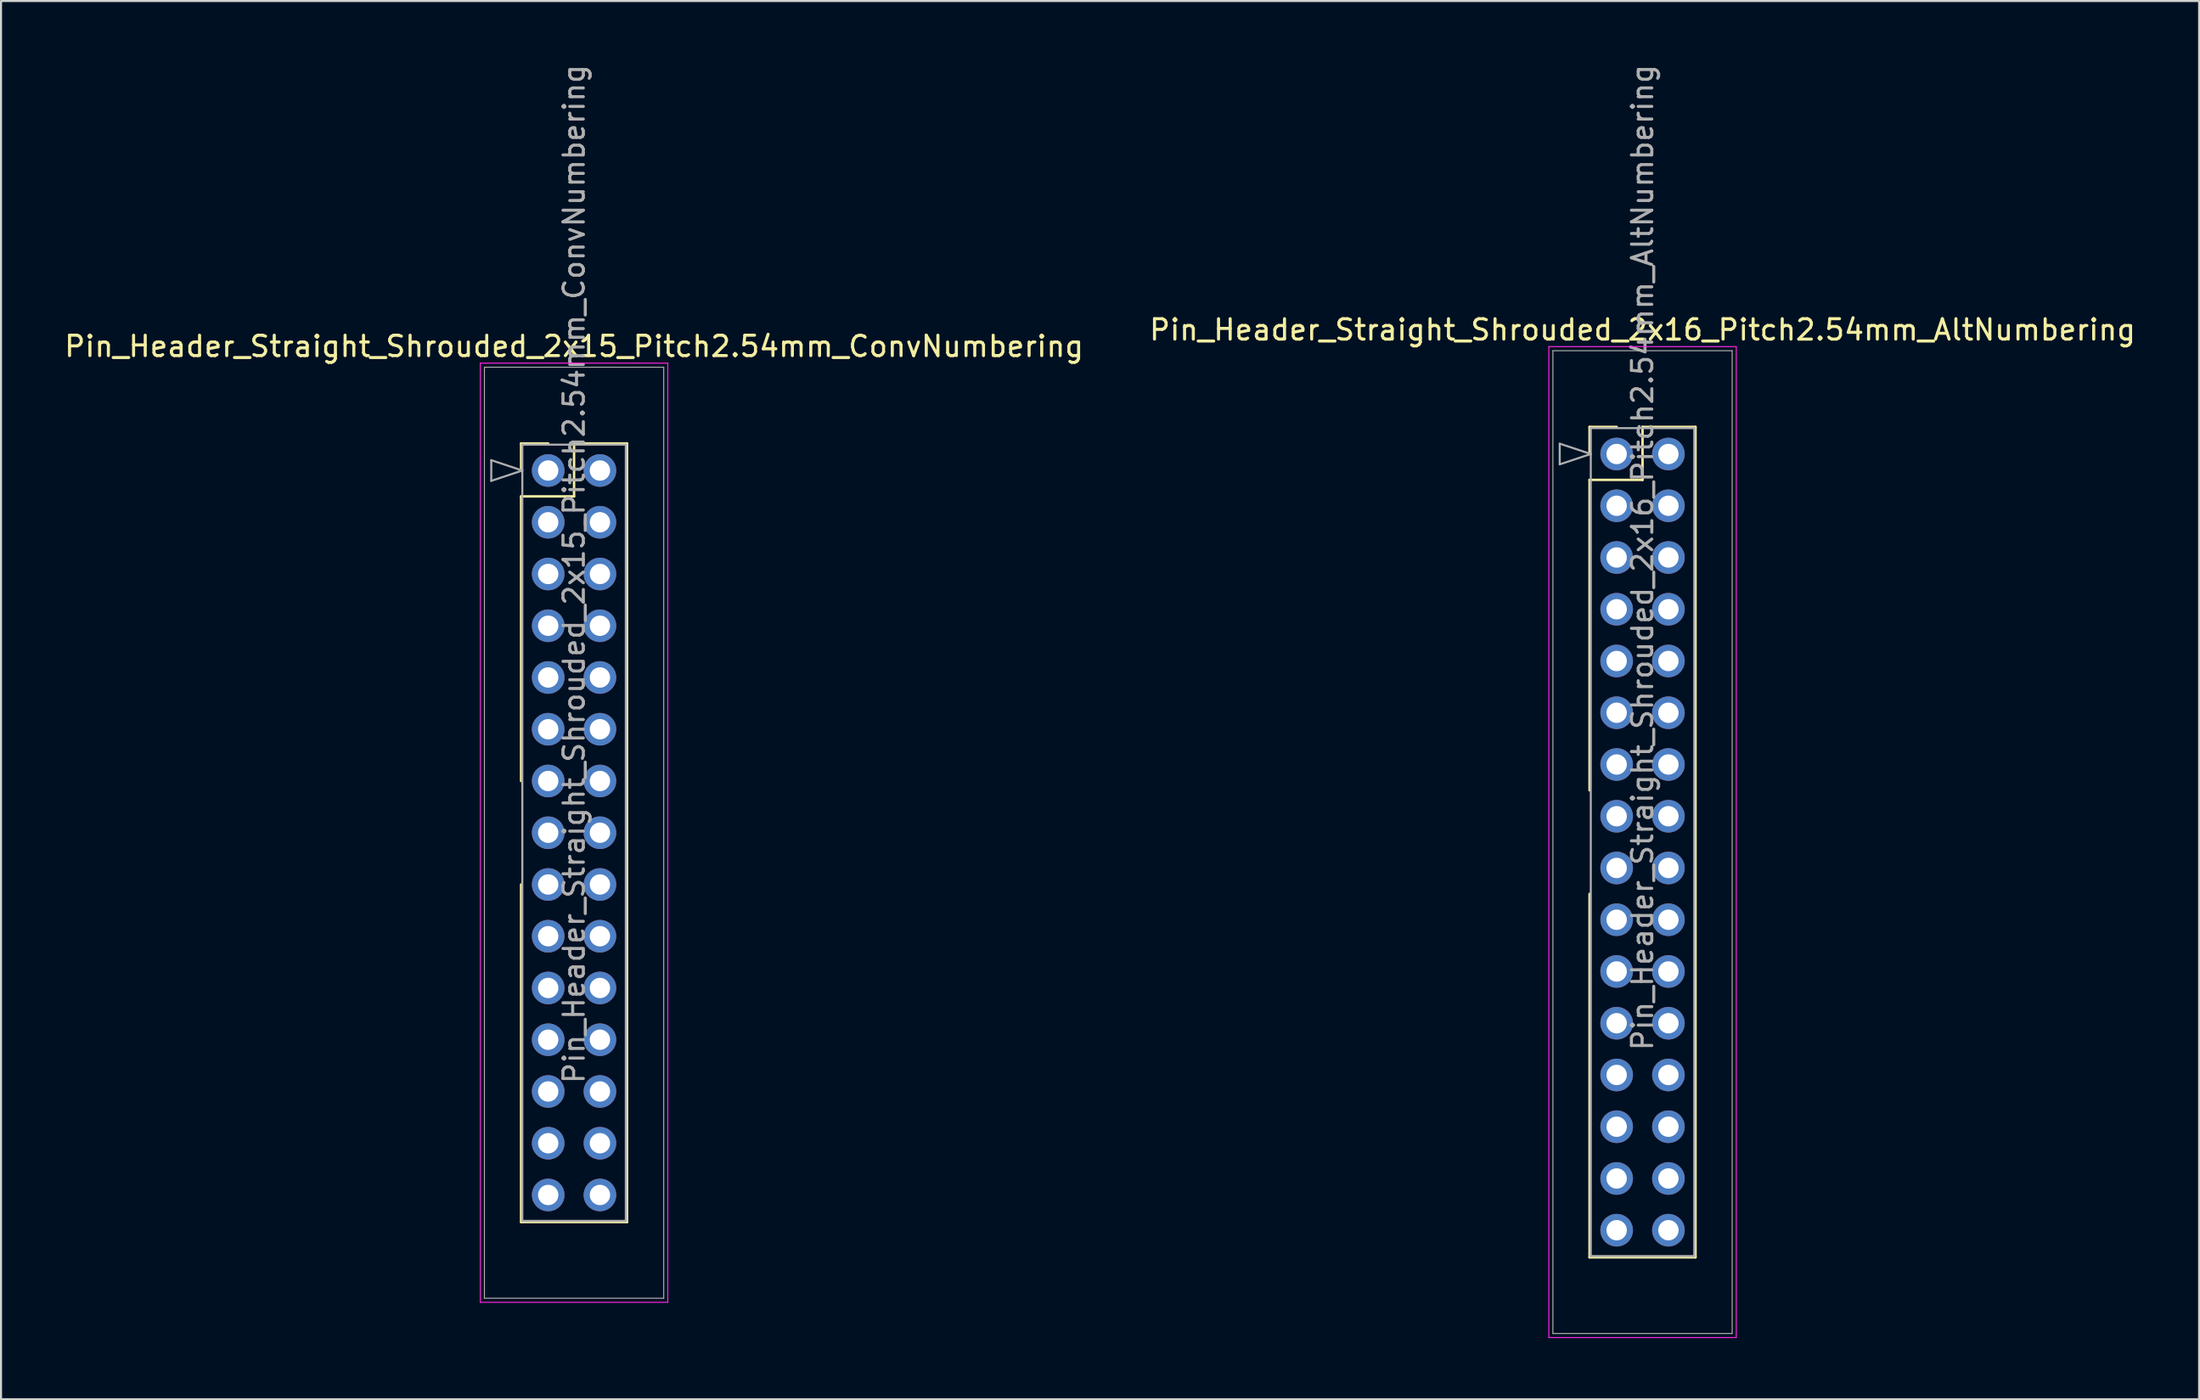
<source format=kicad_pcb>
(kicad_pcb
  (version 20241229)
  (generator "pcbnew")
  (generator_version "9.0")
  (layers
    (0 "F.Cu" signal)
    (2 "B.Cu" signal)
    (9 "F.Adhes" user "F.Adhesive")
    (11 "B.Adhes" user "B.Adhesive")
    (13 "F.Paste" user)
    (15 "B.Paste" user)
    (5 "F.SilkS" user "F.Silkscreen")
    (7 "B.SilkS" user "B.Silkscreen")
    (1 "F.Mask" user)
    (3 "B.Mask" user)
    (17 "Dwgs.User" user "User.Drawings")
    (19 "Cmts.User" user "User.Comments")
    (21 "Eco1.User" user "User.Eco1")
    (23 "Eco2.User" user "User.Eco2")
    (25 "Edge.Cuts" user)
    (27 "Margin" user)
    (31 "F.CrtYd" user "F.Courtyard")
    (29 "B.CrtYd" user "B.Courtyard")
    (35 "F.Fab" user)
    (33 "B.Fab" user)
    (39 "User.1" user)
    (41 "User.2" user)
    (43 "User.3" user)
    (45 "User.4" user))
  (footprint "Pin_Header_Straight_Shrouded_2x16_Pitch2.54mm_AltNumbering"
    (layer "F.Cu")
    (at 76.295 19.235)
    (property "Reference" "Pin_Header_Straight_Shrouded_2x16_Pitch2.54mm_AltNumbering" (at 1.27 -6.096 0) (layer "F.SilkS") (effects (font (size 1 1) (thickness 0.15))))
    (attr through_hole)
    (fp_line (start -1.33 -1.33) (end 0 -1.33) (stroke (width 0.12) (type solid)) (layer "F.SilkS"))
    (fp_line (start -1.33 0) (end -1.33 -1.33) (stroke (width 0.12) (type solid)) (layer "F.SilkS"))
    (fp_line (start -1.33 1.27) (end -1.33 16.51) (stroke (width 0.12) (type solid)) (layer "F.SilkS"))
    (fp_line (start -1.33 1.27) (end 1.27 1.27) (stroke (width 0.12) (type solid)) (layer "F.SilkS"))
    (fp_line (start -1.33 21.59) (end -1.33 39.43) (stroke (width 0.12) (type solid)) (layer "F.SilkS"))
    (fp_line (start -1.33 39.43) (end 3.87 39.43) (stroke (width 0.12) (type solid)) (layer "F.SilkS"))
    (fp_line (start 1.27 -1.33) (end 3.87 -1.33) (stroke (width 0.12) (type solid)) (layer "F.SilkS"))
    (fp_line (start 1.27 1.27) (end 1.27 -1.33) (stroke (width 0.12) (type solid)) (layer "F.SilkS"))
    (fp_line (start 3.87 -1.33) (end 3.87 39.43) (stroke (width 0.12) (type solid)) (layer "F.SilkS"))
    (fp_line (start -3.33 -5.27) (end -3.33 43.37) (stroke (width 0.05) (type solid)) (layer "F.CrtYd"))
    (fp_line (start -3.33 43.37) (end 5.87 43.37) (stroke (width 0.05) (type solid)) (layer "F.CrtYd"))
    (fp_line (start 5.87 -5.27) (end -3.33 -5.27) (stroke (width 0.05) (type solid)) (layer "F.CrtYd"))
    (fp_line (start 5.87 43.37) (end 5.87 -5.27) (stroke (width 0.05) (type solid)) (layer "F.CrtYd"))
    (fp_line (start -3.13 -5.07) (end -3.13 43.17) (stroke (width 0.05) (type solid)) (layer "F.Fab"))
    (fp_line (start -3.13 43.17) (end 5.67 43.17) (stroke (width 0.05) (type solid)) (layer "F.Fab"))
    (fp_line (start -2.794 -0.508) (end -1.27 0) (stroke (width 0.1) (type solid)) (layer "F.Fab"))
    (fp_line (start -2.794 0.508) (end -2.794 -0.508) (stroke (width 0.1) (type solid)) (layer "F.Fab"))
    (fp_line (start -1.27 -1.27) (end -1.27 39.37) (stroke (width 0.1) (type solid)) (layer "F.Fab"))
    (fp_line (start -1.27 0) (end -2.794 0.508) (stroke (width 0.1) (type solid)) (layer "F.Fab"))
    (fp_line (start -1.27 39.37) (end 3.81 39.37) (stroke (width 0.1) (type solid)) (layer "F.Fab"))
    (fp_line (start 3.81 -1.27) (end -1.27 -1.27) (stroke (width 0.1) (type solid)) (layer "F.Fab"))
    (fp_line (start 3.81 39.37) (end 3.81 -1.27) (stroke (width 0.1) (type solid)) (layer "F.Fab"))
    (fp_line (start 5.67 -5.07) (end -3.13 -5.07) (stroke (width 0.05) (type solid)) (layer "F.Fab"))
    (fp_line (start 5.67 43.17) (end 5.67 -5.07) (stroke (width 0.05) (type solid)) (layer "F.Fab"))
    (fp_text user "${REFERENCE}" (at 1.27 5.08 90) (layer "F.Fab") (effects (font (size 1 1) (thickness 0.15))))
    (pad "1" thru_hole oval (at 0 0) (size 1.6 1.6) (drill 1) (layers "*.Cu" "*.Mask"))
    (pad "2" thru_hole oval (at 0 2.54) (size 1.6 1.6) (drill 1) (layers "*.Cu" "*.Mask"))
    (pad "3" thru_hole oval (at 0 5.08) (size 1.6 1.6) (drill 1) (layers "*.Cu" "*.Mask"))
    (pad "4" thru_hole oval (at 0 7.62) (size 1.6 1.6) (drill 1) (layers "*.Cu" "*.Mask"))
    (pad "5" thru_hole oval (at 0 10.16) (size 1.6 1.6) (drill 1) (layers "*.Cu" "*.Mask"))
    (pad "6" thru_hole oval (at 0 12.7) (size 1.6 1.6) (drill 1) (layers "*.Cu" "*.Mask"))
    (pad "7" thru_hole oval (at 0 15.24) (size 1.6 1.6) (drill 1) (layers "*.Cu" "*.Mask"))
    (pad "8" thru_hole oval (at 0 17.78) (size 1.6 1.6) (drill 1) (layers "*.Cu" "*.Mask"))
    (pad "9" thru_hole oval (at 0 20.32) (size 1.6 1.6) (drill 1) (layers "*.Cu" "*.Mask"))
    (pad "10" thru_hole oval (at 0 22.86) (size 1.6 1.6) (drill 1) (layers "*.Cu" "*.Mask"))
    (pad "11" thru_hole oval (at 0 25.4) (size 1.6 1.6) (drill 1) (layers "*.Cu" "*.Mask"))
    (pad "12" thru_hole oval (at 0 27.94) (size 1.6 1.6) (drill 1) (layers "*.Cu" "*.Mask"))
    (pad "13" thru_hole oval (at 0 30.48) (size 1.6 1.6) (drill 1) (layers "*.Cu" "*.Mask"))
    (pad "14" thru_hole oval (at 0 33.02) (size 1.6 1.6) (drill 1) (layers "*.Cu" "*.Mask"))
    (pad "15" thru_hole oval (at 0 35.56) (size 1.6 1.6) (drill 1) (layers "*.Cu" "*.Mask"))
    (pad "16" thru_hole oval (at 0 38.1) (size 1.6 1.6) (drill 1) (layers "*.Cu" "*.Mask"))
    (pad "17" thru_hole oval (at 2.54 0) (size 1.6 1.6) (drill 1) (layers "*.Cu" "*.Mask"))
    (pad "18" thru_hole oval (at 2.54 2.54) (size 1.6 1.6) (drill 1) (layers "*.Cu" "*.Mask"))
    (pad "19" thru_hole oval (at 2.54 5.08) (size 1.6 1.6) (drill 1) (layers "*.Cu" "*.Mask"))
    (pad "20" thru_hole oval (at 2.54 7.62) (size 1.6 1.6) (drill 1) (layers "*.Cu" "*.Mask"))
    (pad "21" thru_hole oval (at 2.54 10.16) (size 1.6 1.6) (drill 1) (layers "*.Cu" "*.Mask"))
    (pad "22" thru_hole oval (at 2.54 12.7) (size 1.6 1.6) (drill 1) (layers "*.Cu" "*.Mask"))
    (pad "23" thru_hole oval (at 2.54 15.24) (size 1.6 1.6) (drill 1) (layers "*.Cu" "*.Mask"))
    (pad "24" thru_hole oval (at 2.54 17.78) (size 1.6 1.6) (drill 1) (layers "*.Cu" "*.Mask"))
    (pad "25" thru_hole oval (at 2.54 20.32) (size 1.6 1.6) (drill 1) (layers "*.Cu" "*.Mask"))
    (pad "26" thru_hole oval (at 2.54 22.86) (size 1.6 1.6) (drill 1) (layers "*.Cu" "*.Mask"))
    (pad "27" thru_hole oval (at 2.54 25.4) (size 1.6 1.6) (drill 1) (layers "*.Cu" "*.Mask"))
    (pad "28" thru_hole oval (at 2.54 27.94) (size 1.6 1.6) (drill 1) (layers "*.Cu" "*.Mask"))
    (pad "29" thru_hole oval (at 2.54 30.48) (size 1.6 1.6) (drill 1) (layers "*.Cu" "*.Mask"))
    (pad "30" thru_hole oval (at 2.54 33.02) (size 1.6 1.6) (drill 1) (layers "*.Cu" "*.Mask"))
    (pad "31" thru_hole oval (at 2.54 35.56) (size 1.6 1.6) (drill 1) (layers "*.Cu" "*.Mask"))
    (pad "32" thru_hole oval (at 2.54 38.1) (size 1.6 1.6) (drill 1) (layers "*.Cu" "*.Mask")))
  (footprint "Pin_Header_Straight_Shrouded_2x15_Pitch2.54mm_ConvNumbering"
    (layer "F.Cu")
    (at 23.855 20.045)
    (property "Reference" "Pin_Header_Straight_Shrouded_2x15_Pitch2.54mm_ConvNumbering" (at 1.27 -6.096 0) (layer "F.SilkS") (effects (font (size 1 1) (thickness 0.15))))
    (attr through_hole)
    (fp_line (start -1.33 -1.33) (end 0 -1.33) (stroke (width 0.12) (type solid)) (layer "F.SilkS"))
    (fp_line (start -1.33 0) (end -1.33 -1.33) (stroke (width 0.12) (type solid)) (layer "F.SilkS"))
    (fp_line (start -1.33 1.27) (end -1.33 15.24) (stroke (width 0.12) (type solid)) (layer "F.SilkS"))
    (fp_line (start -1.33 1.27) (end 1.27 1.27) (stroke (width 0.12) (type solid)) (layer "F.SilkS"))
    (fp_line (start -1.33 20.32) (end -1.33 36.89) (stroke (width 0.12) (type solid)) (layer "F.SilkS"))
    (fp_line (start -1.33 36.89) (end 3.87 36.89) (stroke (width 0.12) (type solid)) (layer "F.SilkS"))
    (fp_line (start 1.27 -1.33) (end 3.87 -1.33) (stroke (width 0.12) (type solid)) (layer "F.SilkS"))
    (fp_line (start 1.27 1.27) (end 1.27 -1.33) (stroke (width 0.12) (type solid)) (layer "F.SilkS"))
    (fp_line (start 3.87 -1.33) (end 3.87 36.89) (stroke (width 0.12) (type solid)) (layer "F.SilkS"))
    (fp_line (start -3.33 -5.27) (end -3.33 40.83) (stroke (width 0.05) (type solid)) (layer "F.CrtYd"))
    (fp_line (start -3.33 40.83) (end 5.87 40.83) (stroke (width 0.05) (type solid)) (layer "F.CrtYd"))
    (fp_line (start 5.87 -5.27) (end -3.33 -5.27) (stroke (width 0.05) (type solid)) (layer "F.CrtYd"))
    (fp_line (start 5.87 40.83) (end 5.87 -5.27) (stroke (width 0.05) (type solid)) (layer "F.CrtYd"))
    (fp_line (start -3.13 -5.07) (end -3.13 40.63) (stroke (width 0.05) (type solid)) (layer "F.Fab"))
    (fp_line (start -3.13 40.63) (end 5.67 40.63) (stroke (width 0.05) (type solid)) (layer "F.Fab"))
    (fp_line (start -2.794 -0.508) (end -1.27 0) (stroke (width 0.1) (type solid)) (layer "F.Fab"))
    (fp_line (start -2.794 0.508) (end -2.794 -0.508) (stroke (width 0.1) (type solid)) (layer "F.Fab"))
    (fp_line (start -1.27 -1.27) (end -1.27 36.83) (stroke (width 0.1) (type solid)) (layer "F.Fab"))
    (fp_line (start -1.27 0) (end -2.794 0.508) (stroke (width 0.1) (type solid)) (layer "F.Fab"))
    (fp_line (start -1.27 36.83) (end 3.81 36.83) (stroke (width 0.1) (type solid)) (layer "F.Fab"))
    (fp_line (start 3.81 -1.27) (end -1.27 -1.27) (stroke (width 0.1) (type solid)) (layer "F.Fab"))
    (fp_line (start 3.81 36.83) (end 3.81 -1.27) (stroke (width 0.1) (type solid)) (layer "F.Fab"))
    (fp_line (start 5.67 -5.07) (end -3.13 -5.07) (stroke (width 0.05) (type solid)) (layer "F.Fab"))
    (fp_line (start 5.67 40.63) (end 5.67 -5.07) (stroke (width 0.05) (type solid)) (layer "F.Fab"))
    (fp_text user "${REFERENCE}" (at 1.27 5.08 90) (layer "F.Fab") (effects (font (size 1 1) (thickness 0.15))))
    (pad "1" thru_hole oval (at 0 0) (size 1.6 1.6) (drill 1) (layers "*.Cu" "*.Mask"))
    (pad "2" thru_hole oval (at 2.54 0) (size 1.6 1.6) (drill 1) (layers "*.Cu" "*.Mask"))
    (pad "3" thru_hole oval (at 0 2.54) (size 1.6 1.6) (drill 1) (layers "*.Cu" "*.Mask"))
    (pad "4" thru_hole oval (at 2.54 2.54) (size 1.6 1.6) (drill 1) (layers "*.Cu" "*.Mask"))
    (pad "5" thru_hole oval (at 0 5.08) (size 1.6 1.6) (drill 1) (layers "*.Cu" "*.Mask"))
    (pad "6" thru_hole oval (at 2.54 5.08) (size 1.6 1.6) (drill 1) (layers "*.Cu" "*.Mask"))
    (pad "7" thru_hole oval (at 0 7.62) (size 1.6 1.6) (drill 1) (layers "*.Cu" "*.Mask"))
    (pad "8" thru_hole oval (at 2.54 7.62) (size 1.6 1.6) (drill 1) (layers "*.Cu" "*.Mask"))
    (pad "9" thru_hole oval (at 0 10.16) (size 1.6 1.6) (drill 1) (layers "*.Cu" "*.Mask"))
    (pad "10" thru_hole oval (at 2.54 10.16) (size 1.6 1.6) (drill 1) (layers "*.Cu" "*.Mask"))
    (pad "11" thru_hole oval (at 0 12.7) (size 1.6 1.6) (drill 1) (layers "*.Cu" "*.Mask"))
    (pad "12" thru_hole oval (at 2.54 12.7) (size 1.6 1.6) (drill 1) (layers "*.Cu" "*.Mask"))
    (pad "13" thru_hole oval (at 0 15.24) (size 1.6 1.6) (drill 1) (layers "*.Cu" "*.Mask"))
    (pad "14" thru_hole oval (at 2.54 15.24) (size 1.6 1.6) (drill 1) (layers "*.Cu" "*.Mask"))
    (pad "15" thru_hole oval (at 0 17.78) (size 1.6 1.6) (drill 1) (layers "*.Cu" "*.Mask"))
    (pad "16" thru_hole oval (at 2.54 17.78) (size 1.6 1.6) (drill 1) (layers "*.Cu" "*.Mask"))
    (pad "17" thru_hole oval (at 0 20.32) (size 1.6 1.6) (drill 1) (layers "*.Cu" "*.Mask"))
    (pad "18" thru_hole oval (at 2.54 20.32) (size 1.6 1.6) (drill 1) (layers "*.Cu" "*.Mask"))
    (pad "19" thru_hole oval (at 0 22.86) (size 1.6 1.6) (drill 1) (layers "*.Cu" "*.Mask"))
    (pad "20" thru_hole oval (at 2.54 22.86) (size 1.6 1.6) (drill 1) (layers "*.Cu" "*.Mask"))
    (pad "21" thru_hole oval (at 0 25.4) (size 1.6 1.6) (drill 1) (layers "*.Cu" "*.Mask"))
    (pad "22" thru_hole oval (at 2.54 25.4) (size 1.6 1.6) (drill 1) (layers "*.Cu" "*.Mask"))
    (pad "23" thru_hole oval (at 0 27.94) (size 1.6 1.6) (drill 1) (layers "*.Cu" "*.Mask"))
    (pad "24" thru_hole oval (at 2.54 27.94) (size 1.6 1.6) (drill 1) (layers "*.Cu" "*.Mask"))
    (pad "25" thru_hole oval (at 0 30.48) (size 1.6 1.6) (drill 1) (layers "*.Cu" "*.Mask"))
    (pad "26" thru_hole oval (at 2.54 30.48) (size 1.6 1.6) (drill 1) (layers "*.Cu" "*.Mask"))
    (pad "27" thru_hole oval (at 0 33.02) (size 1.6 1.6) (drill 1) (layers "*.Cu" "*.Mask"))
    (pad "28" thru_hole oval (at 2.54 33.02) (size 1.6 1.6) (drill 1) (layers "*.Cu" "*.Mask"))
    (pad "29" thru_hole oval (at 0 35.56) (size 1.6 1.6) (drill 1) (layers "*.Cu" "*.Mask"))
    (pad "30" thru_hole oval (at 2.54 35.56) (size 1.6 1.6) (drill 1) (layers "*.Cu" "*.Mask")))
  (gr_rect
    (start -3 -3)
    (end 104.881 65.63)
    (stroke (width 0.1) (type default))
    (fill no)
    (layer "Edge.Cuts")))
</source>
